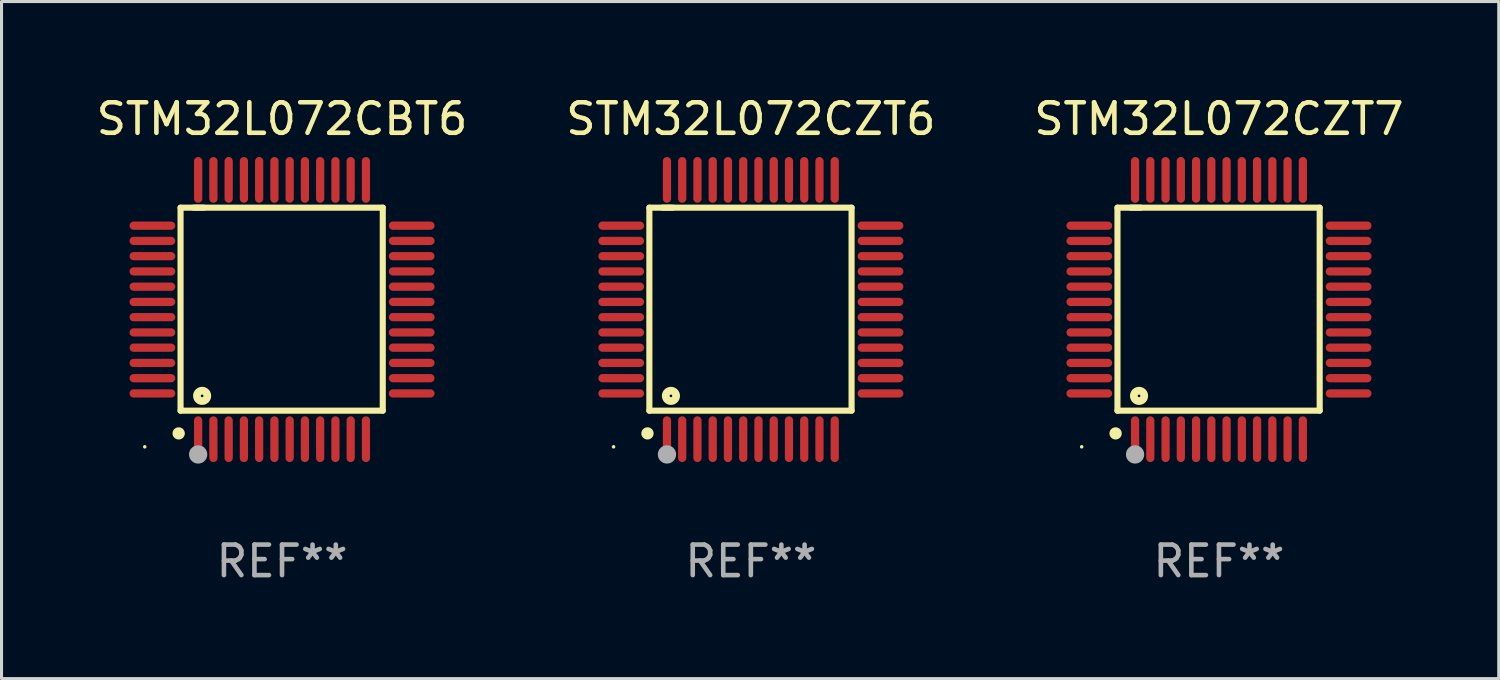
<source format=kicad_pcb>
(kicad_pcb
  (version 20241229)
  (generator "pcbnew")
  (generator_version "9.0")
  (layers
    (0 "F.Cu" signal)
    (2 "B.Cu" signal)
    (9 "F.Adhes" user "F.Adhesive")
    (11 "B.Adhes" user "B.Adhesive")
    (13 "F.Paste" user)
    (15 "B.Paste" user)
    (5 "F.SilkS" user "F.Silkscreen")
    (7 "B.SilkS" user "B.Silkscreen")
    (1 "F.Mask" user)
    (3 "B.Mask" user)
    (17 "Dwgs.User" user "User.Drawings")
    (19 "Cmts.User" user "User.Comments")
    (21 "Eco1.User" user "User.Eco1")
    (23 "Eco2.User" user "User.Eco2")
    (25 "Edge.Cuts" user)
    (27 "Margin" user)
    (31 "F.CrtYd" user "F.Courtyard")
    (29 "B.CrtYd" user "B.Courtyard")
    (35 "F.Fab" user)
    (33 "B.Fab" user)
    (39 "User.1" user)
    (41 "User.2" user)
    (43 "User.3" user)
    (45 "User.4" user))
  (footprint "STM32L072CZT6"
    (layer "F.Cu")
    (at 21.565 7.098)
    (property "Reference" "STM32L072CZT6" (at 0 -6.25 0) (layer "F.SilkS") (effects (font (size 1 1) (thickness 0.15))))
    (attr through_hole)
    (fp_line (start -3.327 -3.34) (end -2.565 -3.34) (stroke (width 0.2) (type solid)) (layer "F.SilkS"))
    (fp_line (start -3.327 3.315) (end -3.327 -3.34) (stroke (width 0.2) (type solid)) (layer "F.SilkS"))
    (fp_line (start -2.896 -3.34) (end 3.302 -3.34) (stroke (width 0.2) (type solid)) (layer "F.SilkS"))
    (fp_line (start 3.302 -3.34) (end 3.302 3.315) (stroke (width 0.2) (type solid)) (layer "F.SilkS"))
    (fp_line (start 3.302 3.315) (end -3.327 3.315) (stroke (width 0.2) (type solid)) (layer "F.SilkS"))
    (fp_arc (start -3.389992 4.059995) (mid -3.388722 4.059991) (end -3.387452 4.059995) (stroke (width 0.4) (type solid)) (layer "F.SilkS"))
    (fp_circle (center -4.5 4.5) (end -4.47 4.5) (stroke (width 0.06) (type solid)) (fill no) (layer "F.SilkS"))
    (fp_circle (center -2.62 2.83) (end -2.45 2.83) (stroke (width 0.254) (type solid)) (fill no) (layer "F.SilkS"))
    (fp_circle (center -2.75 4.75) (end -2.6 4.75) (stroke (width 0.3) (type solid)) (fill no) (layer "F.Fab"))
    (fp_text user "REF**" (at 0 8.25 0) (layer "F.Fab") (effects (font (size 1 1) (thickness 0.15))))
    (pad "1" smd oval (at -2.75 4.25) (size 0.27 1.5) (layers "F.Cu" "F.Mask" "F.Paste"))
    (pad "2" smd oval (at -2.25 4.25) (size 0.27 1.5) (layers "F.Cu" "F.Mask" "F.Paste"))
    (pad "3" smd oval (at -1.75 4.25) (size 0.27 1.5) (layers "F.Cu" "F.Mask" "F.Paste"))
    (pad "4" smd oval (at -1.25 4.25) (size 0.27 1.5) (layers "F.Cu" "F.Mask" "F.Paste"))
    (pad "5" smd oval (at -0.75 4.25) (size 0.27 1.5) (layers "F.Cu" "F.Mask" "F.Paste"))
    (pad "6" smd oval (at -0.25 4.25) (size 0.27 1.5) (layers "F.Cu" "F.Mask" "F.Paste"))
    (pad "7" smd oval (at 0.25 4.25) (size 0.27 1.5) (layers "F.Cu" "F.Mask" "F.Paste"))
    (pad "8" smd oval (at 0.75 4.25) (size 0.27 1.5) (layers "F.Cu" "F.Mask" "F.Paste"))
    (pad "9" smd oval (at 1.25 4.25) (size 0.27 1.5) (layers "F.Cu" "F.Mask" "F.Paste"))
    (pad "10" smd oval (at 1.75 4.25) (size 0.27 1.5) (layers "F.Cu" "F.Mask" "F.Paste"))
    (pad "11" smd oval (at 2.25 4.25) (size 0.27 1.5) (layers "F.Cu" "F.Mask" "F.Paste"))
    (pad "12" smd oval (at 2.75 4.25) (size 0.27 1.5) (layers "F.Cu" "F.Mask" "F.Paste"))
    (pad "13" smd oval (at 4.25 2.75) (size 1.5 0.27) (layers "F.Cu" "F.Mask" "F.Paste"))
    (pad "14" smd oval (at 4.25 2.25) (size 1.5 0.27) (layers "F.Cu" "F.Mask" "F.Paste"))
    (pad "15" smd oval (at 4.25 1.75) (size 1.5 0.27) (layers "F.Cu" "F.Mask" "F.Paste"))
    (pad "16" smd oval (at 4.25 1.25) (size 1.5 0.27) (layers "F.Cu" "F.Mask" "F.Paste"))
    (pad "17" smd oval (at 4.25 0.75) (size 1.5 0.27) (layers "F.Cu" "F.Mask" "F.Paste"))
    (pad "18" smd oval (at 4.25 0.25) (size 1.5 0.27) (layers "F.Cu" "F.Mask" "F.Paste"))
    (pad "19" smd oval (at 4.25 -0.25) (size 1.5 0.27) (layers "F.Cu" "F.Mask" "F.Paste"))
    (pad "20" smd oval (at 4.25 -0.75) (size 1.5 0.27) (layers "F.Cu" "F.Mask" "F.Paste"))
    (pad "21" smd oval (at 4.25 -1.25) (size 1.5 0.27) (layers "F.Cu" "F.Mask" "F.Paste"))
    (pad "22" smd oval (at 4.25 -1.75) (size 1.5 0.27) (layers "F.Cu" "F.Mask" "F.Paste"))
    (pad "23" smd oval (at 4.25 -2.25) (size 1.5 0.27) (layers "F.Cu" "F.Mask" "F.Paste"))
    (pad "24" smd oval (at 4.25 -2.75) (size 1.5 0.27) (layers "F.Cu" "F.Mask" "F.Paste"))
    (pad "25" smd oval (at 2.75 -4.25) (size 0.27 1.5) (layers "F.Cu" "F.Mask" "F.Paste"))
    (pad "26" smd oval (at 2.25 -4.25) (size 0.27 1.5) (layers "F.Cu" "F.Mask" "F.Paste"))
    (pad "27" smd oval (at 1.75 -4.25) (size 0.27 1.5) (layers "F.Cu" "F.Mask" "F.Paste"))
    (pad "28" smd oval (at 1.25 -4.25) (size 0.27 1.5) (layers "F.Cu" "F.Mask" "F.Paste"))
    (pad "29" smd oval (at 0.75 -4.25) (size 0.27 1.5) (layers "F.Cu" "F.Mask" "F.Paste"))
    (pad "30" smd oval (at 0.25 -4.25) (size 0.27 1.5) (layers "F.Cu" "F.Mask" "F.Paste"))
    (pad "31" smd oval (at -0.25 -4.25) (size 0.27 1.5) (layers "F.Cu" "F.Mask" "F.Paste"))
    (pad "32" smd oval (at -0.75 -4.25) (size 0.27 1.5) (layers "F.Cu" "F.Mask" "F.Paste"))
    (pad "33" smd oval (at -1.25 -4.25) (size 0.27 1.5) (layers "F.Cu" "F.Mask" "F.Paste"))
    (pad "34" smd oval (at -1.75 -4.25) (size 0.27 1.5) (layers "F.Cu" "F.Mask" "F.Paste"))
    (pad "35" smd oval (at -2.25 -4.25) (size 0.27 1.5) (layers "F.Cu" "F.Mask" "F.Paste"))
    (pad "36" smd oval (at -2.75 -4.25) (size 0.27 1.5) (layers "F.Cu" "F.Mask" "F.Paste"))
    (pad "37" smd oval (at -4.25 -2.75) (size 1.5 0.27) (layers "F.Cu" "F.Mask" "F.Paste"))
    (pad "38" smd oval (at -4.25 -2.25) (size 1.5 0.27) (layers "F.Cu" "F.Mask" "F.Paste"))
    (pad "39" smd oval (at -4.25 -1.75) (size 1.5 0.27) (layers "F.Cu" "F.Mask" "F.Paste"))
    (pad "40" smd oval (at -4.25 -1.25) (size 1.5 0.27) (layers "F.Cu" "F.Mask" "F.Paste"))
    (pad "41" smd oval (at -4.25 -0.75) (size 1.5 0.27) (layers "F.Cu" "F.Mask" "F.Paste"))
    (pad "42" smd oval (at -4.25 -0.25) (size 1.5 0.27) (layers "F.Cu" "F.Mask" "F.Paste"))
    (pad "43" smd oval (at -4.25 0.25) (size 1.5 0.27) (layers "F.Cu" "F.Mask" "F.Paste"))
    (pad "44" smd oval (at -4.25 0.75) (size 1.5 0.27) (layers "F.Cu" "F.Mask" "F.Paste"))
    (pad "45" smd oval (at -4.25 1.25) (size 1.5 0.27) (layers "F.Cu" "F.Mask" "F.Paste"))
    (pad "46" smd oval (at -4.25 1.75) (size 1.5 0.27) (layers "F.Cu" "F.Mask" "F.Paste"))
    (pad "47" smd oval (at -4.25 2.25) (size 1.5 0.27) (layers "F.Cu" "F.Mask" "F.Paste"))
    (pad "48" smd oval (at -4.25 2.75) (size 1.5 0.27) (layers "F.Cu" "F.Mask" "F.Paste")))
  (footprint "STM32L072CBT6"
    (layer "F.Cu")
    (at 6.196 7.098)
    (property "Reference" "STM32L072CBT6" (at 0 -6.25 0) (layer "F.SilkS") (effects (font (size 1 1) (thickness 0.15))))
    (attr through_hole)
    (fp_line (start -3.327 -3.34) (end -2.565 -3.34) (stroke (width 0.2) (type solid)) (layer "F.SilkS"))
    (fp_line (start -3.327 3.315) (end -3.327 -3.34) (stroke (width 0.2) (type solid)) (layer "F.SilkS"))
    (fp_line (start -2.896 -3.34) (end 3.302 -3.34) (stroke (width 0.2) (type solid)) (layer "F.SilkS"))
    (fp_line (start 3.302 -3.34) (end 3.302 3.315) (stroke (width 0.2) (type solid)) (layer "F.SilkS"))
    (fp_line (start 3.302 3.315) (end -3.327 3.315) (stroke (width 0.2) (type solid)) (layer "F.SilkS"))
    (fp_arc (start -3.389992 4.059995) (mid -3.388722 4.059991) (end -3.387452 4.059995) (stroke (width 0.4) (type solid)) (layer "F.SilkS"))
    (fp_circle (center -4.5 4.5) (end -4.47 4.5) (stroke (width 0.06) (type solid)) (fill no) (layer "F.SilkS"))
    (fp_circle (center -2.62 2.83) (end -2.45 2.83) (stroke (width 0.254) (type solid)) (fill no) (layer "F.SilkS"))
    (fp_circle (center -2.75 4.75) (end -2.6 4.75) (stroke (width 0.3) (type solid)) (fill no) (layer "F.Fab"))
    (fp_text user "REF**" (at 0 8.25 0) (layer "F.Fab") (effects (font (size 1 1) (thickness 0.15))))
    (pad "1" smd oval (at -2.75 4.25) (size 0.27 1.5) (layers "F.Cu" "F.Mask" "F.Paste"))
    (pad "2" smd oval (at -2.25 4.25) (size 0.27 1.5) (layers "F.Cu" "F.Mask" "F.Paste"))
    (pad "3" smd oval (at -1.75 4.25) (size 0.27 1.5) (layers "F.Cu" "F.Mask" "F.Paste"))
    (pad "4" smd oval (at -1.25 4.25) (size 0.27 1.5) (layers "F.Cu" "F.Mask" "F.Paste"))
    (pad "5" smd oval (at -0.75 4.25) (size 0.27 1.5) (layers "F.Cu" "F.Mask" "F.Paste"))
    (pad "6" smd oval (at -0.25 4.25) (size 0.27 1.5) (layers "F.Cu" "F.Mask" "F.Paste"))
    (pad "7" smd oval (at 0.25 4.25) (size 0.27 1.5) (layers "F.Cu" "F.Mask" "F.Paste"))
    (pad "8" smd oval (at 0.75 4.25) (size 0.27 1.5) (layers "F.Cu" "F.Mask" "F.Paste"))
    (pad "9" smd oval (at 1.25 4.25) (size 0.27 1.5) (layers "F.Cu" "F.Mask" "F.Paste"))
    (pad "10" smd oval (at 1.75 4.25) (size 0.27 1.5) (layers "F.Cu" "F.Mask" "F.Paste"))
    (pad "11" smd oval (at 2.25 4.25) (size 0.27 1.5) (layers "F.Cu" "F.Mask" "F.Paste"))
    (pad "12" smd oval (at 2.75 4.25) (size 0.27 1.5) (layers "F.Cu" "F.Mask" "F.Paste"))
    (pad "13" smd oval (at 4.25 2.75) (size 1.5 0.27) (layers "F.Cu" "F.Mask" "F.Paste"))
    (pad "14" smd oval (at 4.25 2.25) (size 1.5 0.27) (layers "F.Cu" "F.Mask" "F.Paste"))
    (pad "15" smd oval (at 4.25 1.75) (size 1.5 0.27) (layers "F.Cu" "F.Mask" "F.Paste"))
    (pad "16" smd oval (at 4.25 1.25) (size 1.5 0.27) (layers "F.Cu" "F.Mask" "F.Paste"))
    (pad "17" smd oval (at 4.25 0.75) (size 1.5 0.27) (layers "F.Cu" "F.Mask" "F.Paste"))
    (pad "18" smd oval (at 4.25 0.25) (size 1.5 0.27) (layers "F.Cu" "F.Mask" "F.Paste"))
    (pad "19" smd oval (at 4.25 -0.25) (size 1.5 0.27) (layers "F.Cu" "F.Mask" "F.Paste"))
    (pad "20" smd oval (at 4.25 -0.75) (size 1.5 0.27) (layers "F.Cu" "F.Mask" "F.Paste"))
    (pad "21" smd oval (at 4.25 -1.25) (size 1.5 0.27) (layers "F.Cu" "F.Mask" "F.Paste"))
    (pad "22" smd oval (at 4.25 -1.75) (size 1.5 0.27) (layers "F.Cu" "F.Mask" "F.Paste"))
    (pad "23" smd oval (at 4.25 -2.25) (size 1.5 0.27) (layers "F.Cu" "F.Mask" "F.Paste"))
    (pad "24" smd oval (at 4.25 -2.75) (size 1.5 0.27) (layers "F.Cu" "F.Mask" "F.Paste"))
    (pad "25" smd oval (at 2.75 -4.25) (size 0.27 1.5) (layers "F.Cu" "F.Mask" "F.Paste"))
    (pad "26" smd oval (at 2.25 -4.25) (size 0.27 1.5) (layers "F.Cu" "F.Mask" "F.Paste"))
    (pad "27" smd oval (at 1.75 -4.25) (size 0.27 1.5) (layers "F.Cu" "F.Mask" "F.Paste"))
    (pad "28" smd oval (at 1.25 -4.25) (size 0.27 1.5) (layers "F.Cu" "F.Mask" "F.Paste"))
    (pad "29" smd oval (at 0.75 -4.25) (size 0.27 1.5) (layers "F.Cu" "F.Mask" "F.Paste"))
    (pad "30" smd oval (at 0.25 -4.25) (size 0.27 1.5) (layers "F.Cu" "F.Mask" "F.Paste"))
    (pad "31" smd oval (at -0.25 -4.25) (size 0.27 1.5) (layers "F.Cu" "F.Mask" "F.Paste"))
    (pad "32" smd oval (at -0.75 -4.25) (size 0.27 1.5) (layers "F.Cu" "F.Mask" "F.Paste"))
    (pad "33" smd oval (at -1.25 -4.25) (size 0.27 1.5) (layers "F.Cu" "F.Mask" "F.Paste"))
    (pad "34" smd oval (at -1.75 -4.25) (size 0.27 1.5) (layers "F.Cu" "F.Mask" "F.Paste"))
    (pad "35" smd oval (at -2.25 -4.25) (size 0.27 1.5) (layers "F.Cu" "F.Mask" "F.Paste"))
    (pad "36" smd oval (at -2.75 -4.25) (size 0.27 1.5) (layers "F.Cu" "F.Mask" "F.Paste"))
    (pad "37" smd oval (at -4.25 -2.75) (size 1.5 0.27) (layers "F.Cu" "F.Mask" "F.Paste"))
    (pad "38" smd oval (at -4.25 -2.25) (size 1.5 0.27) (layers "F.Cu" "F.Mask" "F.Paste"))
    (pad "39" smd oval (at -4.25 -1.75) (size 1.5 0.27) (layers "F.Cu" "F.Mask" "F.Paste"))
    (pad "40" smd oval (at -4.25 -1.25) (size 1.5 0.27) (layers "F.Cu" "F.Mask" "F.Paste"))
    (pad "41" smd oval (at -4.25 -0.75) (size 1.5 0.27) (layers "F.Cu" "F.Mask" "F.Paste"))
    (pad "42" smd oval (at -4.25 -0.25) (size 1.5 0.27) (layers "F.Cu" "F.Mask" "F.Paste"))
    (pad "43" smd oval (at -4.25 0.25) (size 1.5 0.27) (layers "F.Cu" "F.Mask" "F.Paste"))
    (pad "44" smd oval (at -4.25 0.75) (size 1.5 0.27) (layers "F.Cu" "F.Mask" "F.Paste"))
    (pad "45" smd oval (at -4.25 1.25) (size 1.5 0.27) (layers "F.Cu" "F.Mask" "F.Paste"))
    (pad "46" smd oval (at -4.25 1.75) (size 1.5 0.27) (layers "F.Cu" "F.Mask" "F.Paste"))
    (pad "47" smd oval (at -4.25 2.25) (size 1.5 0.27) (layers "F.Cu" "F.Mask" "F.Paste"))
    (pad "48" smd oval (at -4.25 2.75) (size 1.5 0.27) (layers "F.Cu" "F.Mask" "F.Paste")))
  (footprint "STM32L072CZT7"
    (layer "F.Cu")
    (at 36.911 7.098)
    (property "Reference" "STM32L072CZT7" (at 0 -6.25 0) (layer "F.SilkS") (effects (font (size 1 1) (thickness 0.15))))
    (attr through_hole)
    (fp_line (start -3.327 -3.34) (end -2.565 -3.34) (stroke (width 0.2) (type solid)) (layer "F.SilkS"))
    (fp_line (start -3.327 3.315) (end -3.327 -3.34) (stroke (width 0.2) (type solid)) (layer "F.SilkS"))
    (fp_line (start -2.896 -3.34) (end 3.302 -3.34) (stroke (width 0.2) (type solid)) (layer "F.SilkS"))
    (fp_line (start 3.302 -3.34) (end 3.302 3.315) (stroke (width 0.2) (type solid)) (layer "F.SilkS"))
    (fp_line (start 3.302 3.315) (end -3.327 3.315) (stroke (width 0.2) (type solid)) (layer "F.SilkS"))
    (fp_arc (start -3.389992 4.059995) (mid -3.388722 4.059991) (end -3.387452 4.059995) (stroke (width 0.4) (type solid)) (layer "F.SilkS"))
    (fp_circle (center -4.5 4.5) (end -4.47 4.5) (stroke (width 0.06) (type solid)) (fill no) (layer "F.SilkS"))
    (fp_circle (center -2.62 2.83) (end -2.45 2.83) (stroke (width 0.254) (type solid)) (fill no) (layer "F.SilkS"))
    (fp_circle (center -2.75 4.75) (end -2.6 4.75) (stroke (width 0.3) (type solid)) (fill no) (layer "F.Fab"))
    (fp_text user "REF**" (at 0 8.25 0) (layer "F.Fab") (effects (font (size 1 1) (thickness 0.15))))
    (pad "1" smd oval (at -2.75 4.25) (size 0.27 1.5) (layers "F.Cu" "F.Mask" "F.Paste"))
    (pad "2" smd oval (at -2.25 4.25) (size 0.27 1.5) (layers "F.Cu" "F.Mask" "F.Paste"))
    (pad "3" smd oval (at -1.75 4.25) (size 0.27 1.5) (layers "F.Cu" "F.Mask" "F.Paste"))
    (pad "4" smd oval (at -1.25 4.25) (size 0.27 1.5) (layers "F.Cu" "F.Mask" "F.Paste"))
    (pad "5" smd oval (at -0.75 4.25) (size 0.27 1.5) (layers "F.Cu" "F.Mask" "F.Paste"))
    (pad "6" smd oval (at -0.25 4.25) (size 0.27 1.5) (layers "F.Cu" "F.Mask" "F.Paste"))
    (pad "7" smd oval (at 0.25 4.25) (size 0.27 1.5) (layers "F.Cu" "F.Mask" "F.Paste"))
    (pad "8" smd oval (at 0.75 4.25) (size 0.27 1.5) (layers "F.Cu" "F.Mask" "F.Paste"))
    (pad "9" smd oval (at 1.25 4.25) (size 0.27 1.5) (layers "F.Cu" "F.Mask" "F.Paste"))
    (pad "10" smd oval (at 1.75 4.25) (size 0.27 1.5) (layers "F.Cu" "F.Mask" "F.Paste"))
    (pad "11" smd oval (at 2.25 4.25) (size 0.27 1.5) (layers "F.Cu" "F.Mask" "F.Paste"))
    (pad "12" smd oval (at 2.75 4.25) (size 0.27 1.5) (layers "F.Cu" "F.Mask" "F.Paste"))
    (pad "13" smd oval (at 4.25 2.75) (size 1.5 0.27) (layers "F.Cu" "F.Mask" "F.Paste"))
    (pad "14" smd oval (at 4.25 2.25) (size 1.5 0.27) (layers "F.Cu" "F.Mask" "F.Paste"))
    (pad "15" smd oval (at 4.25 1.75) (size 1.5 0.27) (layers "F.Cu" "F.Mask" "F.Paste"))
    (pad "16" smd oval (at 4.25 1.25) (size 1.5 0.27) (layers "F.Cu" "F.Mask" "F.Paste"))
    (pad "17" smd oval (at 4.25 0.75) (size 1.5 0.27) (layers "F.Cu" "F.Mask" "F.Paste"))
    (pad "18" smd oval (at 4.25 0.25) (size 1.5 0.27) (layers "F.Cu" "F.Mask" "F.Paste"))
    (pad "19" smd oval (at 4.25 -0.25) (size 1.5 0.27) (layers "F.Cu" "F.Mask" "F.Paste"))
    (pad "20" smd oval (at 4.25 -0.75) (size 1.5 0.27) (layers "F.Cu" "F.Mask" "F.Paste"))
    (pad "21" smd oval (at 4.25 -1.25) (size 1.5 0.27) (layers "F.Cu" "F.Mask" "F.Paste"))
    (pad "22" smd oval (at 4.25 -1.75) (size 1.5 0.27) (layers "F.Cu" "F.Mask" "F.Paste"))
    (pad "23" smd oval (at 4.25 -2.25) (size 1.5 0.27) (layers "F.Cu" "F.Mask" "F.Paste"))
    (pad "24" smd oval (at 4.25 -2.75) (size 1.5 0.27) (layers "F.Cu" "F.Mask" "F.Paste"))
    (pad "25" smd oval (at 2.75 -4.25) (size 0.27 1.5) (layers "F.Cu" "F.Mask" "F.Paste"))
    (pad "26" smd oval (at 2.25 -4.25) (size 0.27 1.5) (layers "F.Cu" "F.Mask" "F.Paste"))
    (pad "27" smd oval (at 1.75 -4.25) (size 0.27 1.5) (layers "F.Cu" "F.Mask" "F.Paste"))
    (pad "28" smd oval (at 1.25 -4.25) (size 0.27 1.5) (layers "F.Cu" "F.Mask" "F.Paste"))
    (pad "29" smd oval (at 0.75 -4.25) (size 0.27 1.5) (layers "F.Cu" "F.Mask" "F.Paste"))
    (pad "30" smd oval (at 0.25 -4.25) (size 0.27 1.5) (layers "F.Cu" "F.Mask" "F.Paste"))
    (pad "31" smd oval (at -0.25 -4.25) (size 0.27 1.5) (layers "F.Cu" "F.Mask" "F.Paste"))
    (pad "32" smd oval (at -0.75 -4.25) (size 0.27 1.5) (layers "F.Cu" "F.Mask" "F.Paste"))
    (pad "33" smd oval (at -1.25 -4.25) (size 0.27 1.5) (layers "F.Cu" "F.Mask" "F.Paste"))
    (pad "34" smd oval (at -1.75 -4.25) (size 0.27 1.5) (layers "F.Cu" "F.Mask" "F.Paste"))
    (pad "35" smd oval (at -2.25 -4.25) (size 0.27 1.5) (layers "F.Cu" "F.Mask" "F.Paste"))
    (pad "36" smd oval (at -2.75 -4.25) (size 0.27 1.5) (layers "F.Cu" "F.Mask" "F.Paste"))
    (pad "37" smd oval (at -4.25 -2.75) (size 1.5 0.27) (layers "F.Cu" "F.Mask" "F.Paste"))
    (pad "38" smd oval (at -4.25 -2.25) (size 1.5 0.27) (layers "F.Cu" "F.Mask" "F.Paste"))
    (pad "39" smd oval (at -4.25 -1.75) (size 1.5 0.27) (layers "F.Cu" "F.Mask" "F.Paste"))
    (pad "40" smd oval (at -4.25 -1.25) (size 1.5 0.27) (layers "F.Cu" "F.Mask" "F.Paste"))
    (pad "41" smd oval (at -4.25 -0.75) (size 1.5 0.27) (layers "F.Cu" "F.Mask" "F.Paste"))
    (pad "42" smd oval (at -4.25 -0.25) (size 1.5 0.27) (layers "F.Cu" "F.Mask" "F.Paste"))
    (pad "43" smd oval (at -4.25 0.25) (size 1.5 0.27) (layers "F.Cu" "F.Mask" "F.Paste"))
    (pad "44" smd oval (at -4.25 0.75) (size 1.5 0.27) (layers "F.Cu" "F.Mask" "F.Paste"))
    (pad "45" smd oval (at -4.25 1.25) (size 1.5 0.27) (layers "F.Cu" "F.Mask" "F.Paste"))
    (pad "46" smd oval (at -4.25 1.75) (size 1.5 0.27) (layers "F.Cu" "F.Mask" "F.Paste"))
    (pad "47" smd oval (at -4.25 2.25) (size 1.5 0.27) (layers "F.Cu" "F.Mask" "F.Paste"))
    (pad "48" smd oval (at -4.25 2.75) (size 1.5 0.27) (layers "F.Cu" "F.Mask" "F.Paste")))
  (gr_rect
    (start -3 -3)
    (end 46.083 19.196)
    (stroke (width 0.1) (type default))
    (fill no)
    (layer "Edge.Cuts")))
</source>
